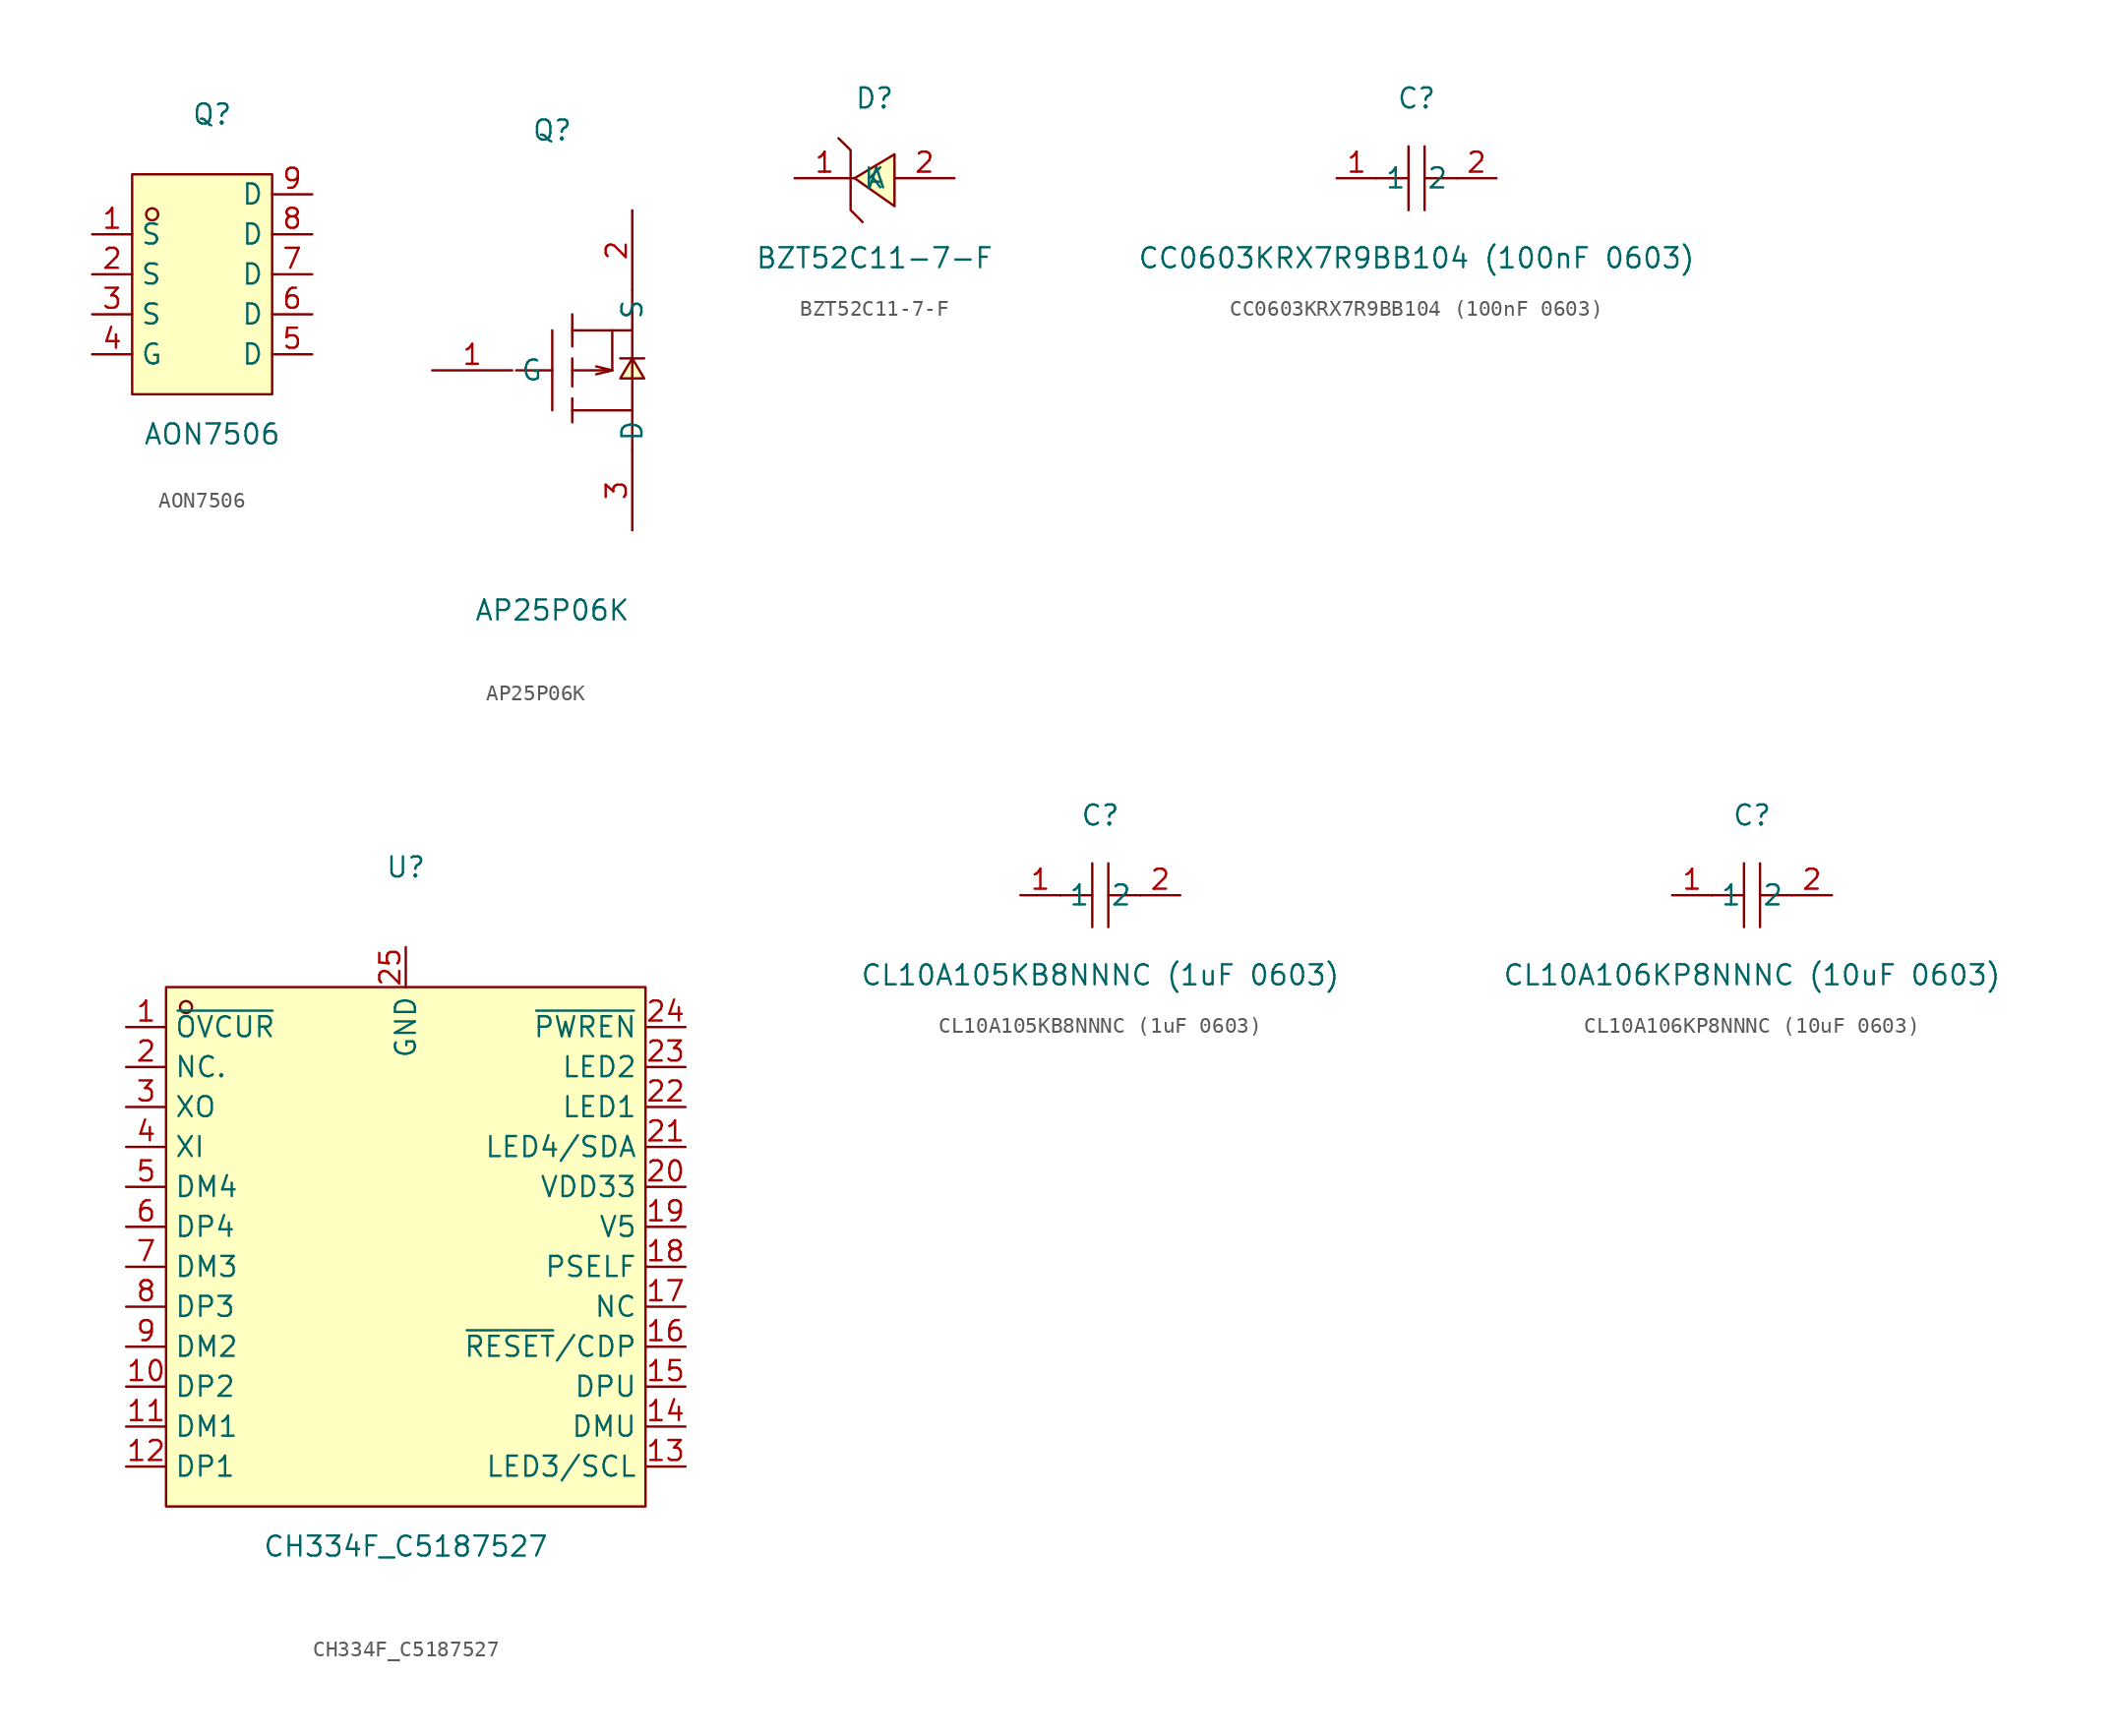
<source format=kicad_sym>
(kicad_symbol_lib
  (version 20231120)
  (generator "kicad_symbol_editor")
  (generator_version "8.0")
  (symbol "AON7506"
    (property "Reference" "Q"
      (at 0 11.43 0)
      (effects (font (size 1.27 1.27))))
    (property "Value" "AON7506"
      (at 0 -8.89 0)
      (effects (font (size 1.27 1.27))))
    (symbol "AON7506_0_1"
      (rectangle (start -5.08 7.62) (end 3.81 -6.35) (stroke (width 0) (type default) (color 0 0 0 0)) (fill (type background)))
      (circle (center -3.81 5.08) (radius 0.38) (stroke (width 0) (type default) (color 0 0 0 0)) (fill (type none)))
      (pin unspecified line (at -7.62 3.81 0) (length 2.54) (name "S" (effects (font (size 1.27 1.27)))) (number "1" (effects (font (size 1.27 1.27)))))
      (pin unspecified line (at -7.62 1.27 0) (length 2.54) (name "S" (effects (font (size 1.27 1.27)))) (number "2" (effects (font (size 1.27 1.27)))))
      (pin unspecified line (at -7.62 -1.27 0) (length 2.54) (name "S" (effects (font (size 1.27 1.27)))) (number "3" (effects (font (size 1.27 1.27)))))
      (pin unspecified line (at -7.62 -3.81 0) (length 2.54) (name "G" (effects (font (size 1.27 1.27)))) (number "4" (effects (font (size 1.27 1.27)))))
      (pin unspecified line (at 6.35 -3.81 180) (length 2.54) (name "D" (effects (font (size 1.27 1.27)))) (number "5" (effects (font (size 1.27 1.27)))))
      (pin unspecified line (at 6.35 -1.27 180) (length 2.54) (name "D" (effects (font (size 1.27 1.27)))) (number "6" (effects (font (size 1.27 1.27)))))
      (pin unspecified line (at 6.35 1.27 180) (length 2.54) (name "D" (effects (font (size 1.27 1.27)))) (number "7" (effects (font (size 1.27 1.27)))))
      (pin unspecified line (at 6.35 3.81 180) (length 2.54) (name "D" (effects (font (size 1.27 1.27)))) (number "8" (effects (font (size 1.27 1.27)))))
      (pin unspecified line (at 6.35 6.35 180) (length 2.54) (name "D" (effects (font (size 1.27 1.27)))) (number "9" (effects (font (size 1.27 1.27)))))))
  (symbol "AP25P06K"
    (property "Reference" "Q"
      (at 0 15.24 0)
      (effects (font (size 1.27 1.27))))
    (property "Value" "AP25P06K"
      (at 0 -15.24 0)
      (effects (font (size 1.27 1.27))))
    (symbol "AP25P06K_0_1"
      (polyline (pts (xy 0 0) (xy -2.29 0)) (stroke (width 0) (type default)) (fill (type none)))
      (polyline (pts (xy 0 2.54) (xy 0 -2.54)) (stroke (width 0) (type default)) (fill (type none)))
      (polyline (pts (xy 1.27 -2.54) (xy 5.08 -2.54)) (stroke (width 0) (type default)) (fill (type none)))
      (polyline (pts (xy 1.27 -1.78) (xy 1.27 -3.3)) (stroke (width 0) (type default)) (fill (type none)))
      (polyline (pts (xy 1.27 0.76) (xy 1.27 -1.02)) (stroke (width 0) (type default)) (fill (type none)))
      (polyline (pts (xy 1.27 2.54) (xy 5.08 2.54)) (stroke (width 0) (type default)) (fill (type none)))
      (polyline (pts (xy 1.27 3.56) (xy 1.27 1.52)) (stroke (width 0) (type default)) (fill (type none)))
      (polyline (pts (xy 3.81 0) (xy 2.79 -0.25)) (stroke (width 0) (type default)) (fill (type none)))
      (polyline (pts (xy 3.81 2.54) (xy 3.81 0)) (stroke (width 0) (type default)) (fill (type none)))
      (polyline (pts (xy 5.08 5.08) (xy 5.08 -5.08)) (stroke (width 0) (type default)) (fill (type none)))
      (polyline (pts (xy 5.84 0.76) (xy 4.32 0.76)) (stroke (width 0) (type default)) (fill (type none)))
      (polyline (pts (xy 1.27 0) (xy 3.81 0) (xy 2.79 0.25)) (stroke (width 0) (type default)) (fill (type none)))
      (polyline (pts (xy 5.84 -0.51) (xy 4.32 -0.51) (xy 5.08 0.76) (xy 5.84 -0.51)) (stroke (width 0) (type default)) (fill (type background)))
      (pin unspecified line (at -7.62 0 0) (length 5.08) (name "G" (effects (font (size 1.27 1.27)))) (number "1" (effects (font (size 1.27 1.27)))))
      (pin unspecified line (at 5.08 10.16 270) (length 5.08) (name "S" (effects (font (size 1.27 1.27)))) (number "2" (effects (font (size 1.27 1.27)))))
      (pin unspecified line (at 5.08 -10.16 90) (length 5.08) (name "D" (effects (font (size 1.27 1.27)))) (number "3" (effects (font (size 1.27 1.27)))))))
  (symbol "BZT52C11-7-F"
    (property "Reference" "D"
      (at 0 5.08 0)
      (effects (font (size 1.27 1.27))))
    (property "Value" "BZT52C11-7-F"
      (at 0 -5.08 0)
      (effects (font (size 1.27 1.27))))
    (symbol "BZT52C11-7-F_0_1"
      (polyline (pts (xy 1.27 1.52) (xy -1.27 0) (xy 1.27 -1.78) (xy 1.27 1.52)) (stroke (width 0) (type default)) (fill (type background)))
      (polyline (pts (xy -2.29 2.54) (xy -1.52 1.78) (xy -1.52 1.78) (xy -1.52 -2.03) (xy -1.52 -2.03) (xy -0.76 -2.79)) (stroke (width 0) (type default)) (fill (type none)))
      (pin unspecified line (at -5.08 0 0) (length 3.81) (name "K" (effects (font (size 1.27 1.27)))) (number "1" (effects (font (size 1.27 1.27)))))
      (pin unspecified line (at 5.08 0 180) (length 3.81) (name "A" (effects (font (size 1.27 1.27)))) (number "2" (effects (font (size 1.27 1.27)))))))
  (symbol "CC0603KRX7R9BB104 (100nF 0603)"
    (property "Reference" "C"
      (at 0 5.08 0)
      (effects (font (size 1.27 1.27))))
    (property "Value" "CC0603KRX7R9BB104 (100nF 0603)"
      (at 0 -5.08 0)
      (effects (font (size 1.27 1.27))))
    (symbol "CC0603KRX7R9BB104 (100nF 0603)_0_1"
      (polyline (pts (xy -0.51 -2.03) (xy -0.51 2.03)) (stroke (width 0) (type default)) (fill (type none)))
      (polyline (pts (xy -0.51 0) (xy -2.54 0)) (stroke (width 0) (type default)) (fill (type none)))
      (polyline (pts (xy 0.51 2.03) (xy 0.51 -2.03)) (stroke (width 0) (type default)) (fill (type none)))
      (polyline (pts (xy 2.54 0) (xy 0.51 0)) (stroke (width 0) (type default)) (fill (type none)))
      (pin unspecified line (at -5.08 0 0) (length 2.54) (name "1" (effects (font (size 1.27 1.27)))) (number "1" (effects (font (size 1.27 1.27)))))
      (pin unspecified line (at 5.08 0 180) (length 2.54) (name "2" (effects (font (size 1.27 1.27)))) (number "2" (effects (font (size 1.27 1.27)))))))
  (symbol "CH334F_C5187527"
    (property "Reference" "U"
      (at 0 22.86 0)
      (effects (font (size 1.27 1.27))))
    (property "Value" "CH334F_C5187527"
      (at 0 -20.32 0)
      (effects (font (size 1.27 1.27))))
    (symbol "CH334F_C5187527_0_1"
      (rectangle (start -15.24 15.24) (end 15.24 -17.78) (stroke (width 0) (type default) (color 0 0 0 0)) (fill (type background)))
      (circle (center -13.97 13.97) (radius 0.38) (stroke (width 0) (type default) (color 0 0 0 0)) (fill (type none)))
      (pin unspecified line (at 0.00 17.78 270) (length 2.54) (name "GND" (effects (font (size 1.27 1.27)))) (number "25" (effects (font (size 1.27 1.27)))))
      (pin unspecified line (at 17.78 12.70 180) (length 2.54) (name "~{PWREN}" (effects (font (size 1.27 1.27)))) (number "24" (effects (font (size 1.27 1.27)))))
      (pin unspecified line (at 17.78 10.16 180) (length 2.54) (name "LED2" (effects (font (size 1.27 1.27)))) (number "23" (effects (font (size 1.27 1.27)))))
      (pin unspecified line (at 17.78 7.62 180) (length 2.54) (name "LED1" (effects (font (size 1.27 1.27)))) (number "22" (effects (font (size 1.27 1.27)))))
      (pin unspecified line (at 17.78 5.08 180) (length 2.54) (name "LED4/SDA" (effects (font (size 1.27 1.27)))) (number "21" (effects (font (size 1.27 1.27)))))
      (pin unspecified line (at 17.78 2.54 180) (length 2.54) (name "VDD33" (effects (font (size 1.27 1.27)))) (number "20" (effects (font (size 1.27 1.27)))))
      (pin unspecified line (at 17.78 -0.00 180) (length 2.54) (name "V5" (effects (font (size 1.27 1.27)))) (number "19" (effects (font (size 1.27 1.27)))))
      (pin unspecified line (at 17.78 -2.54 180) (length 2.54) (name "PSELF" (effects (font (size 1.27 1.27)))) (number "18" (effects (font (size 1.27 1.27)))))
      (pin unspecified line (at 17.78 -5.08 180) (length 2.54) (name "NC" (effects (font (size 1.27 1.27)))) (number "17" (effects (font (size 1.27 1.27)))))
      (pin unspecified line (at 17.78 -7.62 180) (length 2.54) (name "~{RESET}/CDP" (effects (font (size 1.27 1.27)))) (number "16" (effects (font (size 1.27 1.27)))))
      (pin unspecified line (at 17.78 -10.16 180) (length 2.54) (name "DPU" (effects (font (size 1.27 1.27)))) (number "15" (effects (font (size 1.27 1.27)))))
      (pin unspecified line (at 17.78 -12.70 180) (length 2.54) (name "DMU" (effects (font (size 1.27 1.27)))) (number "14" (effects (font (size 1.27 1.27)))))
      (pin unspecified line (at 17.78 -15.24 180) (length 2.54) (name "LED3/SCL" (effects (font (size 1.27 1.27)))) (number "13" (effects (font (size 1.27 1.27)))))
      (pin unspecified line (at -17.78 -15.24 0) (length 2.54) (name "DP1" (effects (font (size 1.27 1.27)))) (number "12" (effects (font (size 1.27 1.27)))))
      (pin unspecified line (at -17.78 -12.70 0) (length 2.54) (name "DM1" (effects (font (size 1.27 1.27)))) (number "11" (effects (font (size 1.27 1.27)))))
      (pin unspecified line (at -17.78 -10.16 0) (length 2.54) (name "DP2" (effects (font (size 1.27 1.27)))) (number "10" (effects (font (size 1.27 1.27)))))
      (pin unspecified line (at -17.78 -7.62 0) (length 2.54) (name "DM2" (effects (font (size 1.27 1.27)))) (number "9" (effects (font (size 1.27 1.27)))))
      (pin unspecified line (at -17.78 -5.08 0) (length 2.54) (name "DP3" (effects (font (size 1.27 1.27)))) (number "8" (effects (font (size 1.27 1.27)))))
      (pin unspecified line (at -17.78 -2.54 0) (length 2.54) (name "DM3" (effects (font (size 1.27 1.27)))) (number "7" (effects (font (size 1.27 1.27)))))
      (pin unspecified line (at -17.78 -0.00 0) (length 2.54) (name "DP4" (effects (font (size 1.27 1.27)))) (number "6" (effects (font (size 1.27 1.27)))))
      (pin unspecified line (at -17.78 2.54 0) (length 2.54) (name "DM4" (effects (font (size 1.27 1.27)))) (number "5" (effects (font (size 1.27 1.27)))))
      (pin unspecified line (at -17.78 5.08 0) (length 2.54) (name "XI" (effects (font (size 1.27 1.27)))) (number "4" (effects (font (size 1.27 1.27)))))
      (pin unspecified line (at -17.78 7.62 0) (length 2.54) (name "XO" (effects (font (size 1.27 1.27)))) (number "3" (effects (font (size 1.27 1.27)))))
      (pin unspecified line (at -17.78 10.16 0) (length 2.54) (name "NC." (effects (font (size 1.27 1.27)))) (number "2" (effects (font (size 1.27 1.27)))))
      (pin unspecified line (at -17.78 12.70 0) (length 2.54) (name "~{OVCUR}" (effects (font (size 1.27 1.27)))) (number "1" (effects (font (size 1.27 1.27)))))))
  (symbol "CL10A105KB8NNNC (1uF 0603)"
    (property "Reference" "C"
      (at 0 5.08 0)
      (effects (font (size 1.27 1.27))))
    (property "Value" "CL10A105KB8NNNC (1uF 0603)"
      (at 0 -5.08 0)
      (effects (font (size 1.27 1.27))))
    (symbol "CL10A105KB8NNNC (1uF 0603)_0_1"
      (polyline (pts (xy -0.51 -2.03) (xy -0.51 2.03)) (stroke (width 0) (type default)) (fill (type none)))
      (polyline (pts (xy -0.51 0) (xy -2.54 0)) (stroke (width 0) (type default)) (fill (type none)))
      (polyline (pts (xy 0.51 2.03) (xy 0.51 -2.03)) (stroke (width 0) (type default)) (fill (type none)))
      (polyline (pts (xy 2.54 0) (xy 0.51 0)) (stroke (width 0) (type default)) (fill (type none)))
      (pin unspecified line (at -5.08 0 0) (length 2.54) (name "1" (effects (font (size 1.27 1.27)))) (number "1" (effects (font (size 1.27 1.27)))))
      (pin unspecified line (at 5.08 0 180) (length 2.54) (name "2" (effects (font (size 1.27 1.27)))) (number "2" (effects (font (size 1.27 1.27)))))))
  (symbol "CL10A106KP8NNNC (10uF 0603)"
    (property "Reference" "C"
      (at 0 5.08 0)
      (effects (font (size 1.27 1.27))))
    (property "Value" "CL10A106KP8NNNC (10uF 0603)"
      (at 0 -5.08 0)
      (effects (font (size 1.27 1.27))))
    (symbol "CL10A106KP8NNNC (10uF 0603)_0_1"
      (polyline (pts (xy -0.51 -2.03) (xy -0.51 2.03)) (stroke (width 0) (type default)) (fill (type none)))
      (polyline (pts (xy -0.51 0) (xy -2.54 0)) (stroke (width 0) (type default)) (fill (type none)))
      (polyline (pts (xy 0.51 2.03) (xy 0.51 -2.03)) (stroke (width 0) (type default)) (fill (type none)))
      (polyline (pts (xy 2.54 0) (xy 0.51 0)) (stroke (width 0) (type default)) (fill (type none)))
      (pin unspecified line (at -5.08 0 0) (length 2.54) (name "1" (effects (font (size 1.27 1.27)))) (number "1" (effects (font (size 1.27 1.27)))))
      (pin unspecified line (at 5.08 0 180) (length 2.54) (name "2" (effects (font (size 1.27 1.27)))) (number "2" (effects (font (size 1.27 1.27))))))))
</source>
